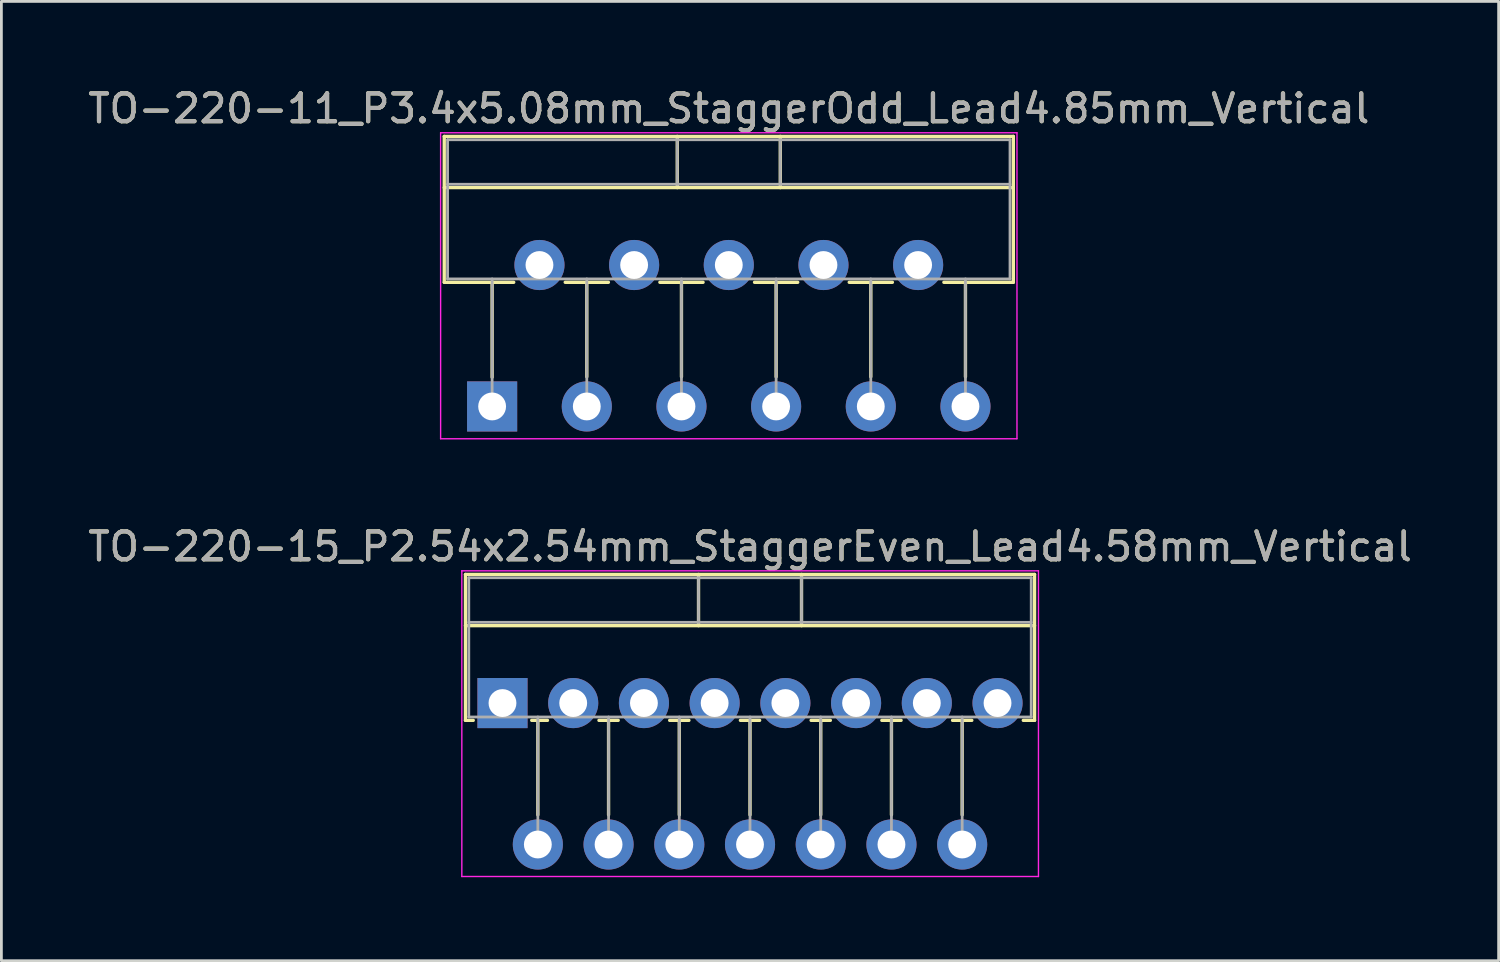
<source format=kicad_pcb>
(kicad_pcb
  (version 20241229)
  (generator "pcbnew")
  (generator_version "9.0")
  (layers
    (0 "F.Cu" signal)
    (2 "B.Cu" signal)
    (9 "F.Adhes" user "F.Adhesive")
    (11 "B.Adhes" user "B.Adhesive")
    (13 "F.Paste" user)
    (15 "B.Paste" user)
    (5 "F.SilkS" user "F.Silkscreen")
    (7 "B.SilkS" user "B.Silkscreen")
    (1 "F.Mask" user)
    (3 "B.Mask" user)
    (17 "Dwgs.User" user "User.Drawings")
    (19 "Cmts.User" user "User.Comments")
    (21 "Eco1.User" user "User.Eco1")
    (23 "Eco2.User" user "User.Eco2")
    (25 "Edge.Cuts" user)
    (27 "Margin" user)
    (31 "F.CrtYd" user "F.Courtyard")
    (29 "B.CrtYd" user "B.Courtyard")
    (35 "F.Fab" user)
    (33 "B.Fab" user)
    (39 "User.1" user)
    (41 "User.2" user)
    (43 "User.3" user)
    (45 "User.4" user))
  (footprint "TO-220-11_P3.4x5.08mm_StaggerOdd_Lead4.85mm_Vertical"
    (layer "F.Cu")
    (at 14.625 11.548)
    (property "Reference" "TO-220-11_P3.4x5.08mm_StaggerOdd_Lead4.85mm_Vertical" (at 8.5 -10.7 0) (layer "F.SilkS") (effects (font (size 1 1) (thickness 0.15))))
    (attr through_hole)
    (fp_line (start -1.72 -9.7) (end -1.72 -4.459) (stroke (width 0.12) (type solid)) (layer "F.SilkS"))
    (fp_line (start -1.72 -9.7) (end 18.72 -9.7) (stroke (width 0.12) (type solid)) (layer "F.SilkS"))
    (fp_line (start -1.72 -7.86) (end 18.72 -7.86) (stroke (width 0.12) (type solid)) (layer "F.SilkS"))
    (fp_line (start -1.72 -4.459) (end 0.776 -4.459) (stroke (width 0.12) (type solid)) (layer "F.SilkS"))
    (fp_line (start 0 -4.459) (end 0 -1.05) (stroke (width 0.12) (type solid)) (layer "F.SilkS"))
    (fp_line (start 2.625 -4.459) (end 4.176 -4.459) (stroke (width 0.12) (type solid)) (layer "F.SilkS"))
    (fp_line (start 3.4 -4.459) (end 3.4 -1.065) (stroke (width 0.12) (type solid)) (layer "F.SilkS"))
    (fp_line (start 6.025 -4.459) (end 7.576 -4.459) (stroke (width 0.12) (type solid)) (layer "F.SilkS"))
    (fp_line (start 6.65 -9.7) (end 6.65 -7.86) (stroke (width 0.12) (type solid)) (layer "F.SilkS"))
    (fp_line (start 6.8 -4.459) (end 6.8 -1.065) (stroke (width 0.12) (type solid)) (layer "F.SilkS"))
    (fp_line (start 9.425 -4.459) (end 10.976 -4.459) (stroke (width 0.12) (type solid)) (layer "F.SilkS"))
    (fp_line (start 10.2 -4.459) (end 10.2 -1.065) (stroke (width 0.12) (type solid)) (layer "F.SilkS"))
    (fp_line (start 10.35 -9.7) (end 10.35 -7.86) (stroke (width 0.12) (type solid)) (layer "F.SilkS"))
    (fp_line (start 12.825 -4.459) (end 14.376 -4.459) (stroke (width 0.12) (type solid)) (layer "F.SilkS"))
    (fp_line (start 13.6 -4.459) (end 13.6 -1.065) (stroke (width 0.12) (type solid)) (layer "F.SilkS"))
    (fp_line (start 16.225 -4.459) (end 18.72 -4.459) (stroke (width 0.12) (type solid)) (layer "F.SilkS"))
    (fp_line (start 17 -4.459) (end 17 -1.065) (stroke (width 0.12) (type solid)) (layer "F.SilkS"))
    (fp_line (start 18.72 -9.7) (end 18.72 -4.459) (stroke (width 0.12) (type solid)) (layer "F.SilkS"))
    (fp_line (start -1.85 -9.83) (end -1.85 1.16) (stroke (width 0.05) (type solid)) (layer "F.CrtYd"))
    (fp_line (start -1.85 1.16) (end 18.85 1.16) (stroke (width 0.05) (type solid)) (layer "F.CrtYd"))
    (fp_line (start 18.85 -9.83) (end -1.85 -9.83) (stroke (width 0.05) (type solid)) (layer "F.CrtYd"))
    (fp_line (start 18.85 1.16) (end 18.85 -9.83) (stroke (width 0.05) (type solid)) (layer "F.CrtYd"))
    (fp_line (start -1.6 -9.58) (end -1.6 -4.58) (stroke (width 0.1) (type solid)) (layer "F.Fab"))
    (fp_line (start -1.6 -7.98) (end 18.6 -7.98) (stroke (width 0.1) (type solid)) (layer "F.Fab"))
    (fp_line (start -1.6 -4.58) (end 18.6 -4.58) (stroke (width 0.1) (type solid)) (layer "F.Fab"))
    (fp_line (start 0 -4.58) (end 0 0) (stroke (width 0.1) (type solid)) (layer "F.Fab"))
    (fp_line (start 3.4 -4.58) (end 3.4 0) (stroke (width 0.1) (type solid)) (layer "F.Fab"))
    (fp_line (start 6.65 -9.58) (end 6.65 -7.98) (stroke (width 0.1) (type solid)) (layer "F.Fab"))
    (fp_line (start 6.8 -4.58) (end 6.8 0) (stroke (width 0.1) (type solid)) (layer "F.Fab"))
    (fp_line (start 10.2 -4.58) (end 10.2 0) (stroke (width 0.1) (type solid)) (layer "F.Fab"))
    (fp_line (start 10.35 -9.58) (end 10.35 -7.98) (stroke (width 0.1) (type solid)) (layer "F.Fab"))
    (fp_line (start 13.6 -4.58) (end 13.6 0) (stroke (width 0.1) (type solid)) (layer "F.Fab"))
    (fp_line (start 17 -4.58) (end 17 0) (stroke (width 0.1) (type solid)) (layer "F.Fab"))
    (fp_line (start 18.6 -9.58) (end -1.6 -9.58) (stroke (width 0.1) (type solid)) (layer "F.Fab"))
    (fp_line (start 18.6 -4.58) (end 18.6 -9.58) (stroke (width 0.1) (type solid)) (layer "F.Fab"))
    (fp_text user "${REFERENCE}" (at 8.5 -10.7 0) (layer "F.Fab") (effects (font (size 1 1) (thickness 0.15))))
    (pad "1" thru_hole rect (at 0 0) (size 1.8 1.8) (drill 1) (layers "*.Cu" "*.Mask"))
    (pad "2" thru_hole oval (at 1.7 -5.08) (size 1.8 1.8) (drill 1) (layers "*.Cu" "*.Mask"))
    (pad "3" thru_hole oval (at 3.4 0) (size 1.8 1.8) (drill 1) (layers "*.Cu" "*.Mask"))
    (pad "4" thru_hole oval (at 5.1 -5.08) (size 1.8 1.8) (drill 1) (layers "*.Cu" "*.Mask"))
    (pad "5" thru_hole oval (at 6.8 0) (size 1.8 1.8) (drill 1) (layers "*.Cu" "*.Mask"))
    (pad "6" thru_hole oval (at 8.5 -5.08) (size 1.8 1.8) (drill 1) (layers "*.Cu" "*.Mask"))
    (pad "7" thru_hole oval (at 10.2 0) (size 1.8 1.8) (drill 1) (layers "*.Cu" "*.Mask"))
    (pad "8" thru_hole oval (at 11.9 -5.08) (size 1.8 1.8) (drill 1) (layers "*.Cu" "*.Mask"))
    (pad "9" thru_hole oval (at 13.6 0) (size 1.8 1.8) (drill 1) (layers "*.Cu" "*.Mask"))
    (pad "10" thru_hole oval (at 15.3 -5.08) (size 1.8 1.8) (drill 1) (layers "*.Cu" "*.Mask"))
    (pad "11" thru_hole oval (at 17 0) (size 1.8 1.8) (drill 1) (layers "*.Cu" "*.Mask")))
  (footprint "TO-220-15_P2.54x2.54mm_StaggerEven_Lead4.58mm_Vertical"
    (layer "F.Cu")
    (at 14.997 22.201)
    (property "Reference" "TO-220-15_P2.54x2.54mm_StaggerEven_Lead4.58mm_Vertical" (at 8.89 -5.62 0) (layer "F.SilkS") (effects (font (size 1 1) (thickness 0.15))))
    (attr through_hole)
    (fp_line (start -1.33 -4.62) (end -1.33 0.621) (stroke (width 0.12) (type solid)) (layer "F.SilkS"))
    (fp_line (start -1.33 -4.62) (end 19.11 -4.62) (stroke (width 0.12) (type solid)) (layer "F.SilkS"))
    (fp_line (start -1.33 -2.78) (end 19.11 -2.78) (stroke (width 0.12) (type solid)) (layer "F.SilkS"))
    (fp_line (start -1.33 0.621) (end -1.05 0.621) (stroke (width 0.12) (type solid)) (layer "F.SilkS"))
    (fp_line (start 1.05 0.621) (end 1.616 0.621) (stroke (width 0.12) (type solid)) (layer "F.SilkS"))
    (fp_line (start 1.27 0.621) (end 1.27 4.015) (stroke (width 0.12) (type solid)) (layer "F.SilkS"))
    (fp_line (start 3.465 0.621) (end 4.156 0.621) (stroke (width 0.12) (type solid)) (layer "F.SilkS"))
    (fp_line (start 3.81 0.621) (end 3.81 4.015) (stroke (width 0.12) (type solid)) (layer "F.SilkS"))
    (fp_line (start 6.005 0.621) (end 6.696 0.621) (stroke (width 0.12) (type solid)) (layer "F.SilkS"))
    (fp_line (start 6.35 0.621) (end 6.35 4.015) (stroke (width 0.12) (type solid)) (layer "F.SilkS"))
    (fp_line (start 7.041 -4.62) (end 7.041 -2.78) (stroke (width 0.12) (type solid)) (layer "F.SilkS"))
    (fp_line (start 8.545 0.621) (end 9.236 0.621) (stroke (width 0.12) (type solid)) (layer "F.SilkS"))
    (fp_line (start 8.89 0.621) (end 8.89 4.015) (stroke (width 0.12) (type solid)) (layer "F.SilkS"))
    (fp_line (start 10.74 -4.62) (end 10.74 -2.78) (stroke (width 0.12) (type solid)) (layer "F.SilkS"))
    (fp_line (start 11.085 0.621) (end 11.776 0.621) (stroke (width 0.12) (type solid)) (layer "F.SilkS"))
    (fp_line (start 11.43 0.621) (end 11.43 4.015) (stroke (width 0.12) (type solid)) (layer "F.SilkS"))
    (fp_line (start 13.625 0.621) (end 14.316 0.621) (stroke (width 0.12) (type solid)) (layer "F.SilkS"))
    (fp_line (start 13.97 0.621) (end 13.97 4.015) (stroke (width 0.12) (type solid)) (layer "F.SilkS"))
    (fp_line (start 16.165 0.621) (end 16.856 0.621) (stroke (width 0.12) (type solid)) (layer "F.SilkS"))
    (fp_line (start 16.51 0.621) (end 16.51 4.015) (stroke (width 0.12) (type solid)) (layer "F.SilkS"))
    (fp_line (start 18.705 0.621) (end 19.11 0.621) (stroke (width 0.12) (type solid)) (layer "F.SilkS"))
    (fp_line (start 19.11 -4.62) (end 19.11 0.621) (stroke (width 0.12) (type solid)) (layer "F.SilkS"))
    (fp_line (start -1.46 -4.75) (end -1.46 6.23) (stroke (width 0.05) (type solid)) (layer "F.CrtYd"))
    (fp_line (start -1.46 6.23) (end 19.25 6.23) (stroke (width 0.05) (type solid)) (layer "F.CrtYd"))
    (fp_line (start 19.25 -4.75) (end -1.46 -4.75) (stroke (width 0.05) (type solid)) (layer "F.CrtYd"))
    (fp_line (start 19.25 6.23) (end 19.25 -4.75) (stroke (width 0.05) (type solid)) (layer "F.CrtYd"))
    (fp_line (start -1.21 -4.5) (end -1.21 0.5) (stroke (width 0.1) (type solid)) (layer "F.Fab"))
    (fp_line (start -1.21 -2.9) (end 18.99 -2.9) (stroke (width 0.1) (type solid)) (layer "F.Fab"))
    (fp_line (start -1.21 0.5) (end 18.99 0.5) (stroke (width 0.1) (type solid)) (layer "F.Fab"))
    (fp_line (start 1.27 0.5) (end 1.27 5.08) (stroke (width 0.1) (type solid)) (layer "F.Fab"))
    (fp_line (start 3.81 0.5) (end 3.81 5.08) (stroke (width 0.1) (type solid)) (layer "F.Fab"))
    (fp_line (start 6.35 0.5) (end 6.35 5.08) (stroke (width 0.1) (type solid)) (layer "F.Fab"))
    (fp_line (start 7.04 -4.5) (end 7.04 -2.9) (stroke (width 0.1) (type solid)) (layer "F.Fab"))
    (fp_line (start 8.89 0.5) (end 8.89 5.08) (stroke (width 0.1) (type solid)) (layer "F.Fab"))
    (fp_line (start 10.74 -4.5) (end 10.74 -2.9) (stroke (width 0.1) (type solid)) (layer "F.Fab"))
    (fp_line (start 11.43 0.5) (end 11.43 5.08) (stroke (width 0.1) (type solid)) (layer "F.Fab"))
    (fp_line (start 13.97 0.5) (end 13.97 5.08) (stroke (width 0.1) (type solid)) (layer "F.Fab"))
    (fp_line (start 16.51 0.5) (end 16.51 5.08) (stroke (width 0.1) (type solid)) (layer "F.Fab"))
    (fp_line (start 18.99 -4.5) (end -1.21 -4.5) (stroke (width 0.1) (type solid)) (layer "F.Fab"))
    (fp_line (start 18.99 0.5) (end 18.99 -4.5) (stroke (width 0.1) (type solid)) (layer "F.Fab"))
    (fp_text user "${REFERENCE}" (at 8.89 -5.62 0) (layer "F.Fab") (effects (font (size 1 1) (thickness 0.15))))
    (pad "1" thru_hole rect (at 0 0) (size 1.8 1.8) (drill 1) (layers "*.Cu" "*.Mask"))
    (pad "2" thru_hole oval (at 1.27 5.08) (size 1.8 1.8) (drill 1) (layers "*.Cu" "*.Mask"))
    (pad "3" thru_hole oval (at 2.54 0) (size 1.8 1.8) (drill 1) (layers "*.Cu" "*.Mask"))
    (pad "4" thru_hole oval (at 3.81 5.08) (size 1.8 1.8) (drill 1) (layers "*.Cu" "*.Mask"))
    (pad "5" thru_hole oval (at 5.08 0) (size 1.8 1.8) (drill 1) (layers "*.Cu" "*.Mask"))
    (pad "6" thru_hole oval (at 6.35 5.08) (size 1.8 1.8) (drill 1) (layers "*.Cu" "*.Mask"))
    (pad "7" thru_hole oval (at 7.62 0) (size 1.8 1.8) (drill 1) (layers "*.Cu" "*.Mask"))
    (pad "8" thru_hole oval (at 8.89 5.08) (size 1.8 1.8) (drill 1) (layers "*.Cu" "*.Mask"))
    (pad "9" thru_hole oval (at 10.16 0) (size 1.8 1.8) (drill 1) (layers "*.Cu" "*.Mask"))
    (pad "10" thru_hole oval (at 11.43 5.08) (size 1.8 1.8) (drill 1) (layers "*.Cu" "*.Mask"))
    (pad "11" thru_hole oval (at 12.7 0) (size 1.8 1.8) (drill 1) (layers "*.Cu" "*.Mask"))
    (pad "12" thru_hole oval (at 13.97 5.08) (size 1.8 1.8) (drill 1) (layers "*.Cu" "*.Mask"))
    (pad "13" thru_hole oval (at 15.24 0) (size 1.8 1.8) (drill 1) (layers "*.Cu" "*.Mask"))
    (pad "14" thru_hole oval (at 16.51 5.08) (size 1.8 1.8) (drill 1) (layers "*.Cu" "*.Mask"))
    (pad "15" thru_hole oval (at 17.78 0) (size 1.8 1.8) (drill 1) (layers "*.Cu" "*.Mask")))
  (gr_rect
    (start -3 -3)
    (end 50.774 31.456)
    (stroke (width 0.1) (type default))
    (fill no)
    (layer "Edge.Cuts")))
</source>
